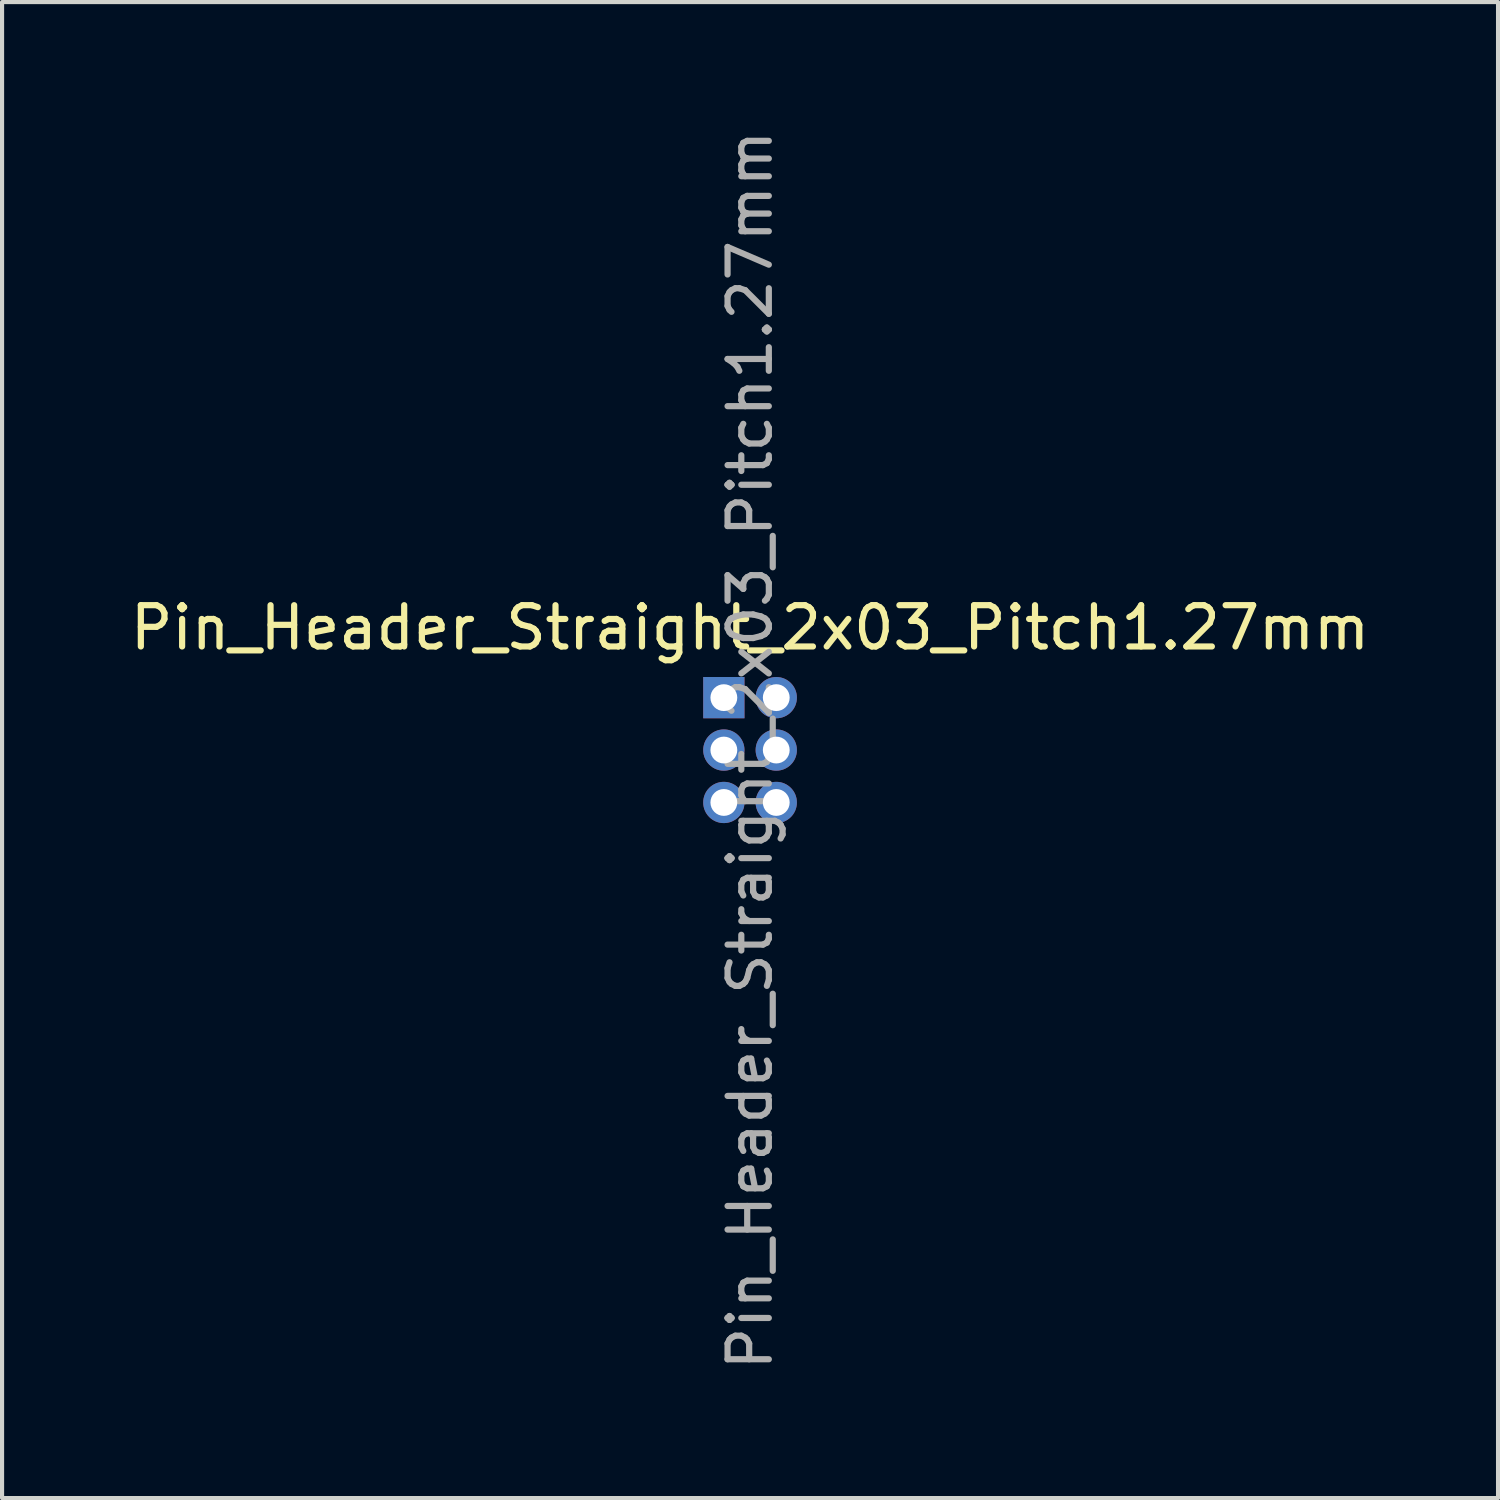
<source format=kicad_pcb>
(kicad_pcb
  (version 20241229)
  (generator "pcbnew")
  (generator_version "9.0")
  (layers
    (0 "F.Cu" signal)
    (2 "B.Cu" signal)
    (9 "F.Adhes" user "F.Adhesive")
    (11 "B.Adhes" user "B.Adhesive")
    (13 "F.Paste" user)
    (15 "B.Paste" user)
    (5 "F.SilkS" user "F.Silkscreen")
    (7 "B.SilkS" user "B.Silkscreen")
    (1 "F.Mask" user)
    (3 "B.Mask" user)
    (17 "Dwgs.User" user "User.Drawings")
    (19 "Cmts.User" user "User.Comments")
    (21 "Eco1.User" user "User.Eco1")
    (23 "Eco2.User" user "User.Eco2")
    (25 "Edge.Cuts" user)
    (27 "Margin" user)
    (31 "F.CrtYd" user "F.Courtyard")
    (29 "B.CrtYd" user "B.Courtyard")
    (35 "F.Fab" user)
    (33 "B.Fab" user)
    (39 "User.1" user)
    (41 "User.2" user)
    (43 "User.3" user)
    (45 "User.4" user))
  (footprint "Pin_Header_Straight_2x03_Pitch1.27mm"
    (layer "F.Cu")
    (at 14.49 13.855)
    (property "Reference" "Pin_Header_Straight_2x03_Pitch1.27mm" (at 0.635 -1.695 0) (layer "F.SilkS") (effects (font (size 1 1) (thickness 0.15))))
    (attr through_hole)
    (fp_text user "${REFERENCE}" (at 0.635 1.27 90) (layer "F.Fab") (effects (font (size 1 1) (thickness 0.15))))
    (pad "1" thru_hole rect (at 0 0) (size 1 1) (drill 0.65) (layers "*.Cu" "*.Mask"))
    (pad "2" thru_hole oval (at 1.27 0) (size 1 1) (drill 0.65) (layers "*.Cu" "*.Mask"))
    (pad "3" thru_hole oval (at 0 1.27) (size 1 1) (drill 0.65) (layers "*.Cu" "*.Mask"))
    (pad "4" thru_hole oval (at 1.27 1.27) (size 1 1) (drill 0.65) (layers "*.Cu" "*.Mask"))
    (pad "5" thru_hole oval (at 0 2.54) (size 1 1) (drill 0.65) (layers "*.Cu" "*.Mask"))
    (pad "6" thru_hole oval (at 1.27 2.54) (size 1 1) (drill 0.65) (layers "*.Cu" "*.Mask")))
  (gr_rect
    (start -3 -3)
    (end 33.25 33.25)
    (stroke (width 0.1) (type default))
    (fill no)
    (layer "Edge.Cuts")))
</source>
